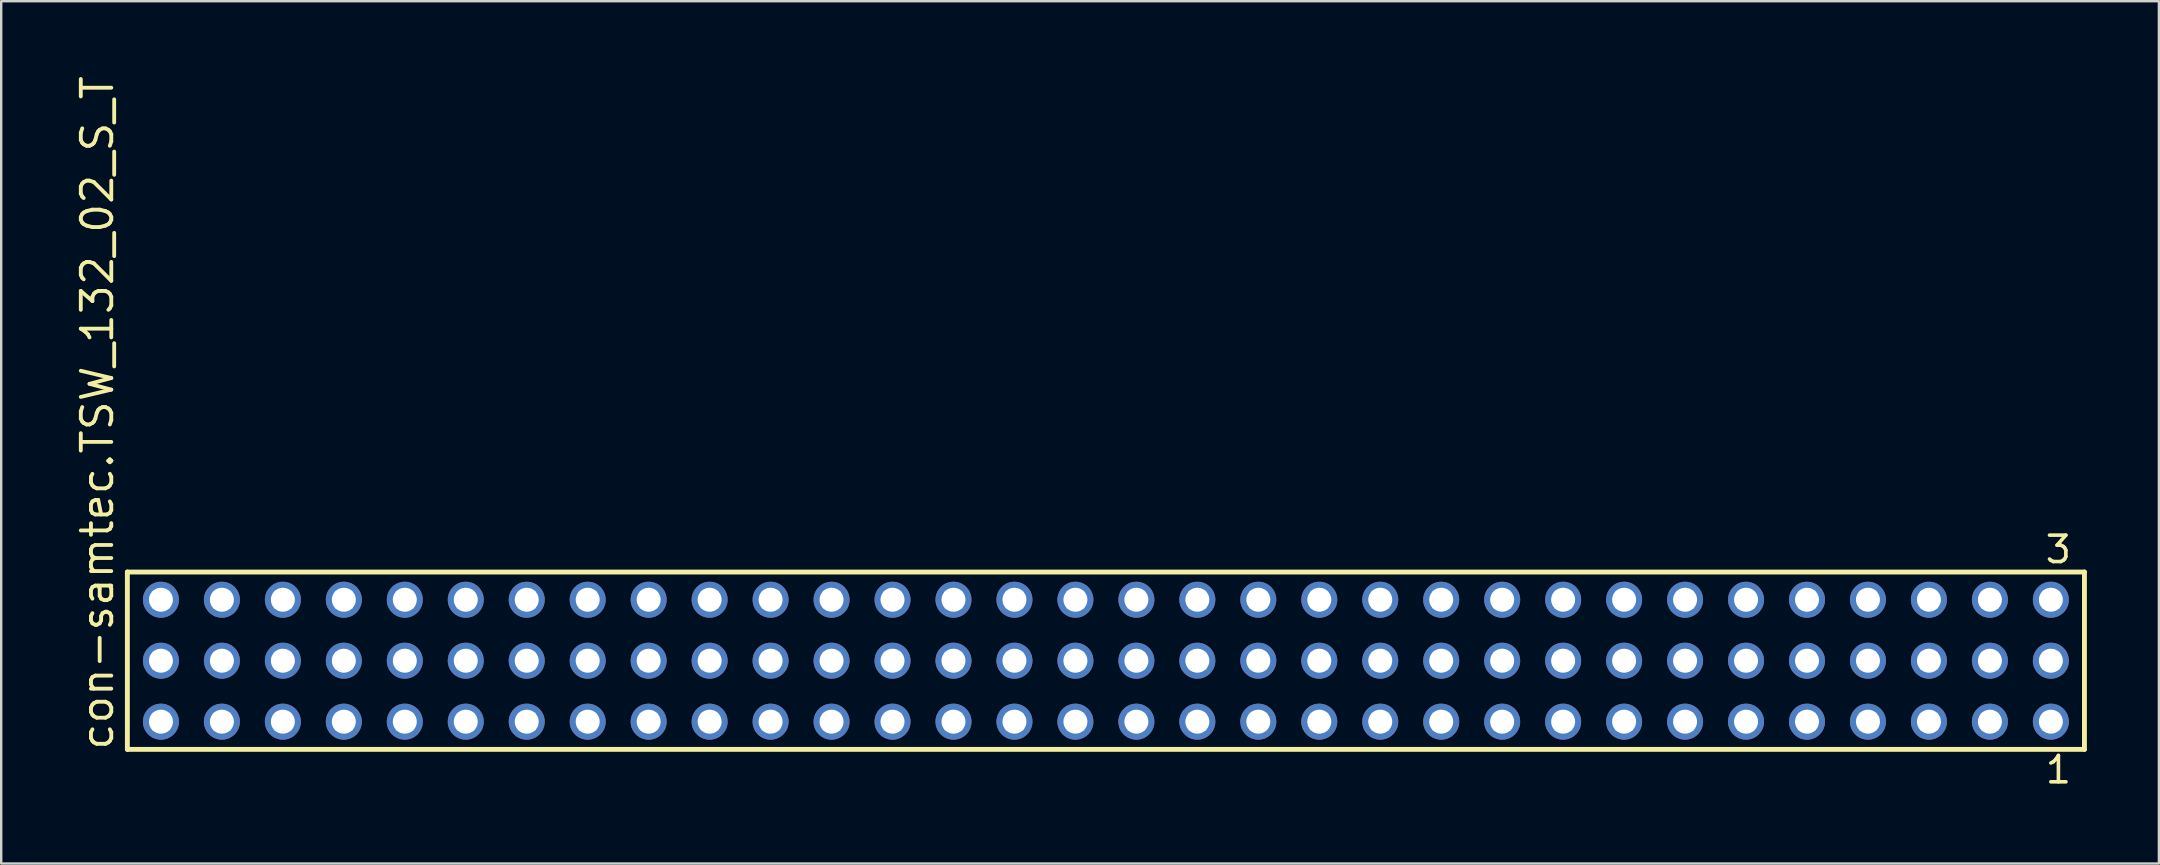
<source format=kicad_pcb>
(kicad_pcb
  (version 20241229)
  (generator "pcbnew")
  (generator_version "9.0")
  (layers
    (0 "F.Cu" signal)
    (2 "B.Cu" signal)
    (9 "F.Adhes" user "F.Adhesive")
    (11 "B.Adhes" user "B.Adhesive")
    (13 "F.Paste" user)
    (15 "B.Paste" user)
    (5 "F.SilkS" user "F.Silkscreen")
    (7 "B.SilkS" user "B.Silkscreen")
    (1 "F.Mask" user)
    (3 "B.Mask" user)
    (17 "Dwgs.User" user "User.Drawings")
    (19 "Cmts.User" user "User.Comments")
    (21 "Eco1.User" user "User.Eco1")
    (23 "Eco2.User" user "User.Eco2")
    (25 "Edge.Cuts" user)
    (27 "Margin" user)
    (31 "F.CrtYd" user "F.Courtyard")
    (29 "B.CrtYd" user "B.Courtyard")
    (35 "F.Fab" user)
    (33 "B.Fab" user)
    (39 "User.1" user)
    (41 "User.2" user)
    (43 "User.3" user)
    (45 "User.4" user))
  (footprint "con-samtec.TSW_132_02_S_T"
    (layer "F.Cu")
    (at 43.025 24.477)
    (property "Reference" "con-samtec.TSW_132_02_S_T" (at -41.275 3.81 90) (layer "F.SilkS") (effects (font (size 1.27 1.27) (thickness 0.16)) (justify left bottom)))
    (attr through_hole)
    (fp_line (start -40.769 -3.695) (end 40.769 -3.695) (stroke (width 0.203) (type default)) (layer "F.SilkS"))
    (fp_line (start -40.769 3.695) (end -40.769 -3.695) (stroke (width 0.203) (type default)) (layer "F.SilkS"))
    (fp_line (start 40.769 -3.695) (end 40.769 3.695) (stroke (width 0.203) (type default)) (layer "F.SilkS"))
    (fp_line (start 40.769 3.695) (end -40.769 3.695) (stroke (width 0.203) (type default)) (layer "F.SilkS"))
    (fp_rect (start -39.72 -2.19) (end -39.02 -2.89) (stroke (width 0.05) (type default)) (fill no) (layer "F.Fab"))
    (fp_rect (start -39.72 0.35) (end -39.02 -0.35) (stroke (width 0.05) (type default)) (fill no) (layer "F.Fab"))
    (fp_rect (start -39.72 2.89) (end -39.02 2.19) (stroke (width 0.05) (type default)) (fill no) (layer "F.Fab"))
    (fp_rect (start -37.18 -2.19) (end -36.48 -2.89) (stroke (width 0.05) (type default)) (fill no) (layer "F.Fab"))
    (fp_rect (start -37.18 0.35) (end -36.48 -0.35) (stroke (width 0.05) (type default)) (fill no) (layer "F.Fab"))
    (fp_rect (start -37.18 2.89) (end -36.48 2.19) (stroke (width 0.05) (type default)) (fill no) (layer "F.Fab"))
    (fp_rect (start -34.64 -2.19) (end -33.94 -2.89) (stroke (width 0.05) (type default)) (fill no) (layer "F.Fab"))
    (fp_rect (start -34.64 0.35) (end -33.94 -0.35) (stroke (width 0.05) (type default)) (fill no) (layer "F.Fab"))
    (fp_rect (start -34.64 2.89) (end -33.94 2.19) (stroke (width 0.05) (type default)) (fill no) (layer "F.Fab"))
    (fp_rect (start -32.1 -2.19) (end -31.4 -2.89) (stroke (width 0.05) (type default)) (fill no) (layer "F.Fab"))
    (fp_rect (start -32.1 0.35) (end -31.4 -0.35) (stroke (width 0.05) (type default)) (fill no) (layer "F.Fab"))
    (fp_rect (start -32.1 2.89) (end -31.4 2.19) (stroke (width 0.05) (type default)) (fill no) (layer "F.Fab"))
    (fp_rect (start -29.56 -2.19) (end -28.86 -2.89) (stroke (width 0.05) (type default)) (fill no) (layer "F.Fab"))
    (fp_rect (start -29.56 0.35) (end -28.86 -0.35) (stroke (width 0.05) (type default)) (fill no) (layer "F.Fab"))
    (fp_rect (start -29.56 2.89) (end -28.86 2.19) (stroke (width 0.05) (type default)) (fill no) (layer "F.Fab"))
    (fp_rect (start -27.02 -2.19) (end -26.32 -2.89) (stroke (width 0.05) (type default)) (fill no) (layer "F.Fab"))
    (fp_rect (start -27.02 0.35) (end -26.32 -0.35) (stroke (width 0.05) (type default)) (fill no) (layer "F.Fab"))
    (fp_rect (start -27.02 2.89) (end -26.32 2.19) (stroke (width 0.05) (type default)) (fill no) (layer "F.Fab"))
    (fp_rect (start -24.48 -2.19) (end -23.78 -2.89) (stroke (width 0.05) (type default)) (fill no) (layer "F.Fab"))
    (fp_rect (start -24.48 0.35) (end -23.78 -0.35) (stroke (width 0.05) (type default)) (fill no) (layer "F.Fab"))
    (fp_rect (start -24.48 2.89) (end -23.78 2.19) (stroke (width 0.05) (type default)) (fill no) (layer "F.Fab"))
    (fp_rect (start -21.94 -2.19) (end -21.24 -2.89) (stroke (width 0.05) (type default)) (fill no) (layer "F.Fab"))
    (fp_rect (start -21.94 0.35) (end -21.24 -0.35) (stroke (width 0.05) (type default)) (fill no) (layer "F.Fab"))
    (fp_rect (start -21.94 2.89) (end -21.24 2.19) (stroke (width 0.05) (type default)) (fill no) (layer "F.Fab"))
    (fp_rect (start -19.4 -2.19) (end -18.7 -2.89) (stroke (width 0.05) (type default)) (fill no) (layer "F.Fab"))
    (fp_rect (start -19.4 0.35) (end -18.7 -0.35) (stroke (width 0.05) (type default)) (fill no) (layer "F.Fab"))
    (fp_rect (start -19.4 2.89) (end -18.7 2.19) (stroke (width 0.05) (type default)) (fill no) (layer "F.Fab"))
    (fp_rect (start -16.86 -2.19) (end -16.16 -2.89) (stroke (width 0.05) (type default)) (fill no) (layer "F.Fab"))
    (fp_rect (start -16.86 0.35) (end -16.16 -0.35) (stroke (width 0.05) (type default)) (fill no) (layer "F.Fab"))
    (fp_rect (start -16.86 2.89) (end -16.16 2.19) (stroke (width 0.05) (type default)) (fill no) (layer "F.Fab"))
    (fp_rect (start -14.32 -2.19) (end -13.62 -2.89) (stroke (width 0.05) (type default)) (fill no) (layer "F.Fab"))
    (fp_rect (start -14.32 0.35) (end -13.62 -0.35) (stroke (width 0.05) (type default)) (fill no) (layer "F.Fab"))
    (fp_rect (start -14.32 2.89) (end -13.62 2.19) (stroke (width 0.05) (type default)) (fill no) (layer "F.Fab"))
    (fp_rect (start -11.78 -2.19) (end -11.08 -2.89) (stroke (width 0.05) (type default)) (fill no) (layer "F.Fab"))
    (fp_rect (start -11.78 0.35) (end -11.08 -0.35) (stroke (width 0.05) (type default)) (fill no) (layer "F.Fab"))
    (fp_rect (start -11.78 2.89) (end -11.08 2.19) (stroke (width 0.05) (type default)) (fill no) (layer "F.Fab"))
    (fp_rect (start -9.24 -2.19) (end -8.54 -2.89) (stroke (width 0.05) (type default)) (fill no) (layer "F.Fab"))
    (fp_rect (start -9.24 0.35) (end -8.54 -0.35) (stroke (width 0.05) (type default)) (fill no) (layer "F.Fab"))
    (fp_rect (start -9.24 2.89) (end -8.54 2.19) (stroke (width 0.05) (type default)) (fill no) (layer "F.Fab"))
    (fp_rect (start -6.7 -2.19) (end -6 -2.89) (stroke (width 0.05) (type default)) (fill no) (layer "F.Fab"))
    (fp_rect (start -6.7 0.35) (end -6 -0.35) (stroke (width 0.05) (type default)) (fill no) (layer "F.Fab"))
    (fp_rect (start -6.7 2.89) (end -6 2.19) (stroke (width 0.05) (type default)) (fill no) (layer "F.Fab"))
    (fp_rect (start -4.16 -2.19) (end -3.46 -2.89) (stroke (width 0.05) (type default)) (fill no) (layer "F.Fab"))
    (fp_rect (start -4.16 0.35) (end -3.46 -0.35) (stroke (width 0.05) (type default)) (fill no) (layer "F.Fab"))
    (fp_rect (start -4.16 2.89) (end -3.46 2.19) (stroke (width 0.05) (type default)) (fill no) (layer "F.Fab"))
    (fp_rect (start -1.62 -2.19) (end -0.92 -2.89) (stroke (width 0.05) (type default)) (fill no) (layer "F.Fab"))
    (fp_rect (start -1.62 0.35) (end -0.92 -0.35) (stroke (width 0.05) (type default)) (fill no) (layer "F.Fab"))
    (fp_rect (start -1.62 2.89) (end -0.92 2.19) (stroke (width 0.05) (type default)) (fill no) (layer "F.Fab"))
    (fp_rect (start 0.92 -2.19) (end 1.62 -2.89) (stroke (width 0.05) (type default)) (fill no) (layer "F.Fab"))
    (fp_rect (start 0.92 0.35) (end 1.62 -0.35) (stroke (width 0.05) (type default)) (fill no) (layer "F.Fab"))
    (fp_rect (start 0.92 2.89) (end 1.62 2.19) (stroke (width 0.05) (type default)) (fill no) (layer "F.Fab"))
    (fp_rect (start 3.46 -2.19) (end 4.16 -2.89) (stroke (width 0.05) (type default)) (fill no) (layer "F.Fab"))
    (fp_rect (start 3.46 0.35) (end 4.16 -0.35) (stroke (width 0.05) (type default)) (fill no) (layer "F.Fab"))
    (fp_rect (start 3.46 2.89) (end 4.16 2.19) (stroke (width 0.05) (type default)) (fill no) (layer "F.Fab"))
    (fp_rect (start 6 -2.19) (end 6.7 -2.89) (stroke (width 0.05) (type default)) (fill no) (layer "F.Fab"))
    (fp_rect (start 6 0.35) (end 6.7 -0.35) (stroke (width 0.05) (type default)) (fill no) (layer "F.Fab"))
    (fp_rect (start 6 2.89) (end 6.7 2.19) (stroke (width 0.05) (type default)) (fill no) (layer "F.Fab"))
    (fp_rect (start 8.54 -2.19) (end 9.24 -2.89) (stroke (width 0.05) (type default)) (fill no) (layer "F.Fab"))
    (fp_rect (start 8.54 0.35) (end 9.24 -0.35) (stroke (width 0.05) (type default)) (fill no) (layer "F.Fab"))
    (fp_rect (start 8.54 2.89) (end 9.24 2.19) (stroke (width 0.05) (type default)) (fill no) (layer "F.Fab"))
    (fp_rect (start 11.08 -2.19) (end 11.78 -2.89) (stroke (width 0.05) (type default)) (fill no) (layer "F.Fab"))
    (fp_rect (start 11.08 0.35) (end 11.78 -0.35) (stroke (width 0.05) (type default)) (fill no) (layer "F.Fab"))
    (fp_rect (start 11.08 2.89) (end 11.78 2.19) (stroke (width 0.05) (type default)) (fill no) (layer "F.Fab"))
    (fp_rect (start 13.62 -2.19) (end 14.32 -2.89) (stroke (width 0.05) (type default)) (fill no) (layer "F.Fab"))
    (fp_rect (start 13.62 0.35) (end 14.32 -0.35) (stroke (width 0.05) (type default)) (fill no) (layer "F.Fab"))
    (fp_rect (start 13.62 2.89) (end 14.32 2.19) (stroke (width 0.05) (type default)) (fill no) (layer "F.Fab"))
    (fp_rect (start 16.16 -2.19) (end 16.86 -2.89) (stroke (width 0.05) (type default)) (fill no) (layer "F.Fab"))
    (fp_rect (start 16.16 0.35) (end 16.86 -0.35) (stroke (width 0.05) (type default)) (fill no) (layer "F.Fab"))
    (fp_rect (start 16.16 2.89) (end 16.86 2.19) (stroke (width 0.05) (type default)) (fill no) (layer "F.Fab"))
    (fp_rect (start 18.7 -2.19) (end 19.4 -2.89) (stroke (width 0.05) (type default)) (fill no) (layer "F.Fab"))
    (fp_rect (start 18.7 0.35) (end 19.4 -0.35) (stroke (width 0.05) (type default)) (fill no) (layer "F.Fab"))
    (fp_rect (start 18.7 2.89) (end 19.4 2.19) (stroke (width 0.05) (type default)) (fill no) (layer "F.Fab"))
    (fp_rect (start 21.24 -2.19) (end 21.94 -2.89) (stroke (width 0.05) (type default)) (fill no) (layer "F.Fab"))
    (fp_rect (start 21.24 0.35) (end 21.94 -0.35) (stroke (width 0.05) (type default)) (fill no) (layer "F.Fab"))
    (fp_rect (start 21.24 2.89) (end 21.94 2.19) (stroke (width 0.05) (type default)) (fill no) (layer "F.Fab"))
    (fp_rect (start 23.78 -2.19) (end 24.48 -2.89) (stroke (width 0.05) (type default)) (fill no) (layer "F.Fab"))
    (fp_rect (start 23.78 0.35) (end 24.48 -0.35) (stroke (width 0.05) (type default)) (fill no) (layer "F.Fab"))
    (fp_rect (start 23.78 2.89) (end 24.48 2.19) (stroke (width 0.05) (type default)) (fill no) (layer "F.Fab"))
    (fp_rect (start 26.32 -2.19) (end 27.02 -2.89) (stroke (width 0.05) (type default)) (fill no) (layer "F.Fab"))
    (fp_rect (start 26.32 0.35) (end 27.02 -0.35) (stroke (width 0.05) (type default)) (fill no) (layer "F.Fab"))
    (fp_rect (start 26.32 2.89) (end 27.02 2.19) (stroke (width 0.05) (type default)) (fill no) (layer "F.Fab"))
    (fp_rect (start 28.86 -2.19) (end 29.56 -2.89) (stroke (width 0.05) (type default)) (fill no) (layer "F.Fab"))
    (fp_rect (start 28.86 0.35) (end 29.56 -0.35) (stroke (width 0.05) (type default)) (fill no) (layer "F.Fab"))
    (fp_rect (start 28.86 2.89) (end 29.56 2.19) (stroke (width 0.05) (type default)) (fill no) (layer "F.Fab"))
    (fp_rect (start 31.4 -2.19) (end 32.1 -2.89) (stroke (width 0.05) (type default)) (fill no) (layer "F.Fab"))
    (fp_rect (start 31.4 0.35) (end 32.1 -0.35) (stroke (width 0.05) (type default)) (fill no) (layer "F.Fab"))
    (fp_rect (start 31.4 2.89) (end 32.1 2.19) (stroke (width 0.05) (type default)) (fill no) (layer "F.Fab"))
    (fp_rect (start 33.94 -2.19) (end 34.64 -2.89) (stroke (width 0.05) (type default)) (fill no) (layer "F.Fab"))
    (fp_rect (start 33.94 0.35) (end 34.64 -0.35) (stroke (width 0.05) (type default)) (fill no) (layer "F.Fab"))
    (fp_rect (start 33.94 2.89) (end 34.64 2.19) (stroke (width 0.05) (type default)) (fill no) (layer "F.Fab"))
    (fp_rect (start 36.48 -2.19) (end 37.18 -2.89) (stroke (width 0.05) (type default)) (fill no) (layer "F.Fab"))
    (fp_rect (start 36.48 0.35) (end 37.18 -0.35) (stroke (width 0.05) (type default)) (fill no) (layer "F.Fab"))
    (fp_rect (start 36.48 2.89) (end 37.18 2.19) (stroke (width 0.05) (type default)) (fill no) (layer "F.Fab"))
    (fp_rect (start 39.02 -2.19) (end 39.72 -2.89) (stroke (width 0.05) (type default)) (fill no) (layer "F.Fab"))
    (fp_rect (start 39.02 0.35) (end 39.72 -0.35) (stroke (width 0.05) (type default)) (fill no) (layer "F.Fab"))
    (fp_rect (start 39.02 2.89) (end 39.72 2.19) (stroke (width 0.05) (type default)) (fill no) (layer "F.Fab"))
    (fp_text user "1" (at 39.062 5.188 0) (layer "F.SilkS") (effects (font (size 1.1 1.1) (thickness 0.15)) (justify left bottom)))
    (fp_text user "3" (at 39.058 -3.989 0) (layer "F.SilkS") (effects (font (size 1.1 1.1) (thickness 0.15)) (justify left bottom)))
    (pad "1" thru_hole circle (at 39.37 2.54 180) (size 1.5 1.5) (drill 1) (layers "*.Cu" "*.Mask"))
    (pad "2" thru_hole circle (at 39.37 0 180) (size 1.5 1.5) (drill 1) (layers "*.Cu" "*.Mask"))
    (pad "3" thru_hole circle (at 39.37 -2.54 180) (size 1.5 1.5) (drill 1) (layers "*.Cu" "*.Mask"))
    (pad "4" thru_hole circle (at 36.83 2.54 180) (size 1.5 1.5) (drill 1) (layers "*.Cu" "*.Mask"))
    (pad "5" thru_hole circle (at 36.83 0 180) (size 1.5 1.5) (drill 1) (layers "*.Cu" "*.Mask"))
    (pad "6" thru_hole circle (at 36.83 -2.54 180) (size 1.5 1.5) (drill 1) (layers "*.Cu" "*.Mask"))
    (pad "7" thru_hole circle (at 34.29 2.54 180) (size 1.5 1.5) (drill 1) (layers "*.Cu" "*.Mask"))
    (pad "8" thru_hole circle (at 34.29 0 180) (size 1.5 1.5) (drill 1) (layers "*.Cu" "*.Mask"))
    (pad "9" thru_hole circle (at 34.29 -2.54 180) (size 1.5 1.5) (drill 1) (layers "*.Cu" "*.Mask"))
    (pad "10" thru_hole circle (at 31.75 2.54 180) (size 1.5 1.5) (drill 1) (layers "*.Cu" "*.Mask"))
    (pad "11" thru_hole circle (at 31.75 0 180) (size 1.5 1.5) (drill 1) (layers "*.Cu" "*.Mask"))
    (pad "12" thru_hole circle (at 31.75 -2.54 180) (size 1.5 1.5) (drill 1) (layers "*.Cu" "*.Mask"))
    (pad "13" thru_hole circle (at 29.21 2.54 180) (size 1.5 1.5) (drill 1) (layers "*.Cu" "*.Mask"))
    (pad "14" thru_hole circle (at 29.21 0 180) (size 1.5 1.5) (drill 1) (layers "*.Cu" "*.Mask"))
    (pad "15" thru_hole circle (at 29.21 -2.54 180) (size 1.5 1.5) (drill 1) (layers "*.Cu" "*.Mask"))
    (pad "16" thru_hole circle (at 26.67 2.54 180) (size 1.5 1.5) (drill 1) (layers "*.Cu" "*.Mask"))
    (pad "17" thru_hole circle (at 26.67 0 180) (size 1.5 1.5) (drill 1) (layers "*.Cu" "*.Mask"))
    (pad "18" thru_hole circle (at 26.67 -2.54 180) (size 1.5 1.5) (drill 1) (layers "*.Cu" "*.Mask"))
    (pad "19" thru_hole circle (at 24.13 2.54 180) (size 1.5 1.5) (drill 1) (layers "*.Cu" "*.Mask"))
    (pad "20" thru_hole circle (at 24.13 0 180) (size 1.5 1.5) (drill 1) (layers "*.Cu" "*.Mask"))
    (pad "21" thru_hole circle (at 24.13 -2.54 180) (size 1.5 1.5) (drill 1) (layers "*.Cu" "*.Mask"))
    (pad "22" thru_hole circle (at 21.59 2.54 180) (size 1.5 1.5) (drill 1) (layers "*.Cu" "*.Mask"))
    (pad "23" thru_hole circle (at 21.59 0 180) (size 1.5 1.5) (drill 1) (layers "*.Cu" "*.Mask"))
    (pad "24" thru_hole circle (at 21.59 -2.54 180) (size 1.5 1.5) (drill 1) (layers "*.Cu" "*.Mask"))
    (pad "25" thru_hole circle (at 19.05 2.54 180) (size 1.5 1.5) (drill 1) (layers "*.Cu" "*.Mask"))
    (pad "26" thru_hole circle (at 19.05 0 180) (size 1.5 1.5) (drill 1) (layers "*.Cu" "*.Mask"))
    (pad "27" thru_hole circle (at 19.05 -2.54 180) (size 1.5 1.5) (drill 1) (layers "*.Cu" "*.Mask"))
    (pad "28" thru_hole circle (at 16.51 2.54 180) (size 1.5 1.5) (drill 1) (layers "*.Cu" "*.Mask"))
    (pad "29" thru_hole circle (at 16.51 0 180) (size 1.5 1.5) (drill 1) (layers "*.Cu" "*.Mask"))
    (pad "30" thru_hole circle (at 16.51 -2.54 180) (size 1.5 1.5) (drill 1) (layers "*.Cu" "*.Mask"))
    (pad "31" thru_hole circle (at 13.97 2.54 180) (size 1.5 1.5) (drill 1) (layers "*.Cu" "*.Mask"))
    (pad "32" thru_hole circle (at 13.97 0 180) (size 1.5 1.5) (drill 1) (layers "*.Cu" "*.Mask"))
    (pad "33" thru_hole circle (at 13.97 -2.54 180) (size 1.5 1.5) (drill 1) (layers "*.Cu" "*.Mask"))
    (pad "34" thru_hole circle (at 11.43 2.54 180) (size 1.5 1.5) (drill 1) (layers "*.Cu" "*.Mask"))
    (pad "35" thru_hole circle (at 11.43 0 180) (size 1.5 1.5) (drill 1) (layers "*.Cu" "*.Mask"))
    (pad "36" thru_hole circle (at 11.43 -2.54 180) (size 1.5 1.5) (drill 1) (layers "*.Cu" "*.Mask"))
    (pad "37" thru_hole circle (at 8.89 2.54 180) (size 1.5 1.5) (drill 1) (layers "*.Cu" "*.Mask"))
    (pad "38" thru_hole circle (at 8.89 0 180) (size 1.5 1.5) (drill 1) (layers "*.Cu" "*.Mask"))
    (pad "39" thru_hole circle (at 8.89 -2.54 180) (size 1.5 1.5) (drill 1) (layers "*.Cu" "*.Mask"))
    (pad "40" thru_hole circle (at 6.35 2.54 180) (size 1.5 1.5) (drill 1) (layers "*.Cu" "*.Mask"))
    (pad "41" thru_hole circle (at 6.35 0 180) (size 1.5 1.5) (drill 1) (layers "*.Cu" "*.Mask"))
    (pad "42" thru_hole circle (at 6.35 -2.54 180) (size 1.5 1.5) (drill 1) (layers "*.Cu" "*.Mask"))
    (pad "43" thru_hole circle (at 3.81 2.54 180) (size 1.5 1.5) (drill 1) (layers "*.Cu" "*.Mask"))
    (pad "44" thru_hole circle (at 3.81 0 180) (size 1.5 1.5) (drill 1) (layers "*.Cu" "*.Mask"))
    (pad "45" thru_hole circle (at 3.81 -2.54 180) (size 1.5 1.5) (drill 1) (layers "*.Cu" "*.Mask"))
    (pad "46" thru_hole circle (at 1.27 2.54 180) (size 1.5 1.5) (drill 1) (layers "*.Cu" "*.Mask"))
    (pad "47" thru_hole circle (at 1.27 0 180) (size 1.5 1.5) (drill 1) (layers "*.Cu" "*.Mask"))
    (pad "48" thru_hole circle (at 1.27 -2.54 180) (size 1.5 1.5) (drill 1) (layers "*.Cu" "*.Mask"))
    (pad "49" thru_hole circle (at -1.27 2.54 180) (size 1.5 1.5) (drill 1) (layers "*.Cu" "*.Mask"))
    (pad "50" thru_hole circle (at -1.27 0 180) (size 1.5 1.5) (drill 1) (layers "*.Cu" "*.Mask"))
    (pad "51" thru_hole circle (at -1.27 -2.54 180) (size 1.5 1.5) (drill 1) (layers "*.Cu" "*.Mask"))
    (pad "52" thru_hole circle (at -3.81 2.54 180) (size 1.5 1.5) (drill 1) (layers "*.Cu" "*.Mask"))
    (pad "53" thru_hole circle (at -3.81 0 180) (size 1.5 1.5) (drill 1) (layers "*.Cu" "*.Mask"))
    (pad "54" thru_hole circle (at -3.81 -2.54 180) (size 1.5 1.5) (drill 1) (layers "*.Cu" "*.Mask"))
    (pad "55" thru_hole circle (at -6.35 2.54 180) (size 1.5 1.5) (drill 1) (layers "*.Cu" "*.Mask"))
    (pad "56" thru_hole circle (at -6.35 0 180) (size 1.5 1.5) (drill 1) (layers "*.Cu" "*.Mask"))
    (pad "57" thru_hole circle (at -6.35 -2.54 180) (size 1.5 1.5) (drill 1) (layers "*.Cu" "*.Mask"))
    (pad "58" thru_hole circle (at -8.89 2.54 180) (size 1.5 1.5) (drill 1) (layers "*.Cu" "*.Mask"))
    (pad "59" thru_hole circle (at -8.89 0 180) (size 1.5 1.5) (drill 1) (layers "*.Cu" "*.Mask"))
    (pad "60" thru_hole circle (at -8.89 -2.54 180) (size 1.5 1.5) (drill 1) (layers "*.Cu" "*.Mask"))
    (pad "61" thru_hole circle (at -11.43 2.54 180) (size 1.5 1.5) (drill 1) (layers "*.Cu" "*.Mask"))
    (pad "62" thru_hole circle (at -11.43 0 180) (size 1.5 1.5) (drill 1) (layers "*.Cu" "*.Mask"))
    (pad "63" thru_hole circle (at -11.43 -2.54 180) (size 1.5 1.5) (drill 1) (layers "*.Cu" "*.Mask"))
    (pad "64" thru_hole circle (at -13.97 2.54 180) (size 1.5 1.5) (drill 1) (layers "*.Cu" "*.Mask"))
    (pad "65" thru_hole circle (at -13.97 0 180) (size 1.5 1.5) (drill 1) (layers "*.Cu" "*.Mask"))
    (pad "66" thru_hole circle (at -13.97 -2.54 180) (size 1.5 1.5) (drill 1) (layers "*.Cu" "*.Mask"))
    (pad "67" thru_hole circle (at -16.51 2.54 180) (size 1.5 1.5) (drill 1) (layers "*.Cu" "*.Mask"))
    (pad "68" thru_hole circle (at -16.51 0 180) (size 1.5 1.5) (drill 1) (layers "*.Cu" "*.Mask"))
    (pad "69" thru_hole circle (at -16.51 -2.54 180) (size 1.5 1.5) (drill 1) (layers "*.Cu" "*.Mask"))
    (pad "70" thru_hole circle (at -19.05 2.54 180) (size 1.5 1.5) (drill 1) (layers "*.Cu" "*.Mask"))
    (pad "71" thru_hole circle (at -19.05 0 180) (size 1.5 1.5) (drill 1) (layers "*.Cu" "*.Mask"))
    (pad "72" thru_hole circle (at -19.05 -2.54 180) (size 1.5 1.5) (drill 1) (layers "*.Cu" "*.Mask"))
    (pad "73" thru_hole circle (at -21.59 2.54 180) (size 1.5 1.5) (drill 1) (layers "*.Cu" "*.Mask"))
    (pad "74" thru_hole circle (at -21.59 0 180) (size 1.5 1.5) (drill 1) (layers "*.Cu" "*.Mask"))
    (pad "75" thru_hole circle (at -21.59 -2.54 180) (size 1.5 1.5) (drill 1) (layers "*.Cu" "*.Mask"))
    (pad "76" thru_hole circle (at -24.13 2.54 180) (size 1.5 1.5) (drill 1) (layers "*.Cu" "*.Mask"))
    (pad "77" thru_hole circle (at -24.13 0 180) (size 1.5 1.5) (drill 1) (layers "*.Cu" "*.Mask"))
    (pad "78" thru_hole circle (at -24.13 -2.54 180) (size 1.5 1.5) (drill 1) (layers "*.Cu" "*.Mask"))
    (pad "79" thru_hole circle (at -26.67 2.54 180) (size 1.5 1.5) (drill 1) (layers "*.Cu" "*.Mask"))
    (pad "80" thru_hole circle (at -26.67 0 180) (size 1.5 1.5) (drill 1) (layers "*.Cu" "*.Mask"))
    (pad "81" thru_hole circle (at -26.67 -2.54 180) (size 1.5 1.5) (drill 1) (layers "*.Cu" "*.Mask"))
    (pad "82" thru_hole circle (at -29.21 2.54 180) (size 1.5 1.5) (drill 1) (layers "*.Cu" "*.Mask"))
    (pad "83" thru_hole circle (at -29.21 0 180) (size 1.5 1.5) (drill 1) (layers "*.Cu" "*.Mask"))
    (pad "84" thru_hole circle (at -29.21 -2.54 180) (size 1.5 1.5) (drill 1) (layers "*.Cu" "*.Mask"))
    (pad "85" thru_hole circle (at -31.75 2.54 180) (size 1.5 1.5) (drill 1) (layers "*.Cu" "*.Mask"))
    (pad "86" thru_hole circle (at -31.75 0 180) (size 1.5 1.5) (drill 1) (layers "*.Cu" "*.Mask"))
    (pad "87" thru_hole circle (at -31.75 -2.54 180) (size 1.5 1.5) (drill 1) (layers "*.Cu" "*.Mask"))
    (pad "88" thru_hole circle (at -34.29 2.54 180) (size 1.5 1.5) (drill 1) (layers "*.Cu" "*.Mask"))
    (pad "89" thru_hole circle (at -34.29 0 180) (size 1.5 1.5) (drill 1) (layers "*.Cu" "*.Mask"))
    (pad "90" thru_hole circle (at -34.29 -2.54 180) (size 1.5 1.5) (drill 1) (layers "*.Cu" "*.Mask"))
    (pad "91" thru_hole circle (at -36.83 2.54 180) (size 1.5 1.5) (drill 1) (layers "*.Cu" "*.Mask"))
    (pad "92" thru_hole circle (at -36.83 0 180) (size 1.5 1.5) (drill 1) (layers "*.Cu" "*.Mask"))
    (pad "93" thru_hole circle (at -36.83 -2.54 180) (size 1.5 1.5) (drill 1) (layers "*.Cu" "*.Mask"))
    (pad "94" thru_hole circle (at -39.37 2.54 180) (size 1.5 1.5) (drill 1) (layers "*.Cu" "*.Mask"))
    (pad "95" thru_hole circle (at -39.37 0 180) (size 1.5 1.5) (drill 1) (layers "*.Cu" "*.Mask"))
    (pad "96" thru_hole circle (at -39.37 -2.54 180) (size 1.5 1.5) (drill 1) (layers "*.Cu" "*.Mask")))
  (gr_rect
    (start -3 -3)
    (end 86.896 32.928)
    (stroke (width 0.1) (type default))
    (fill no)
    (layer "Edge.Cuts")))
</source>
